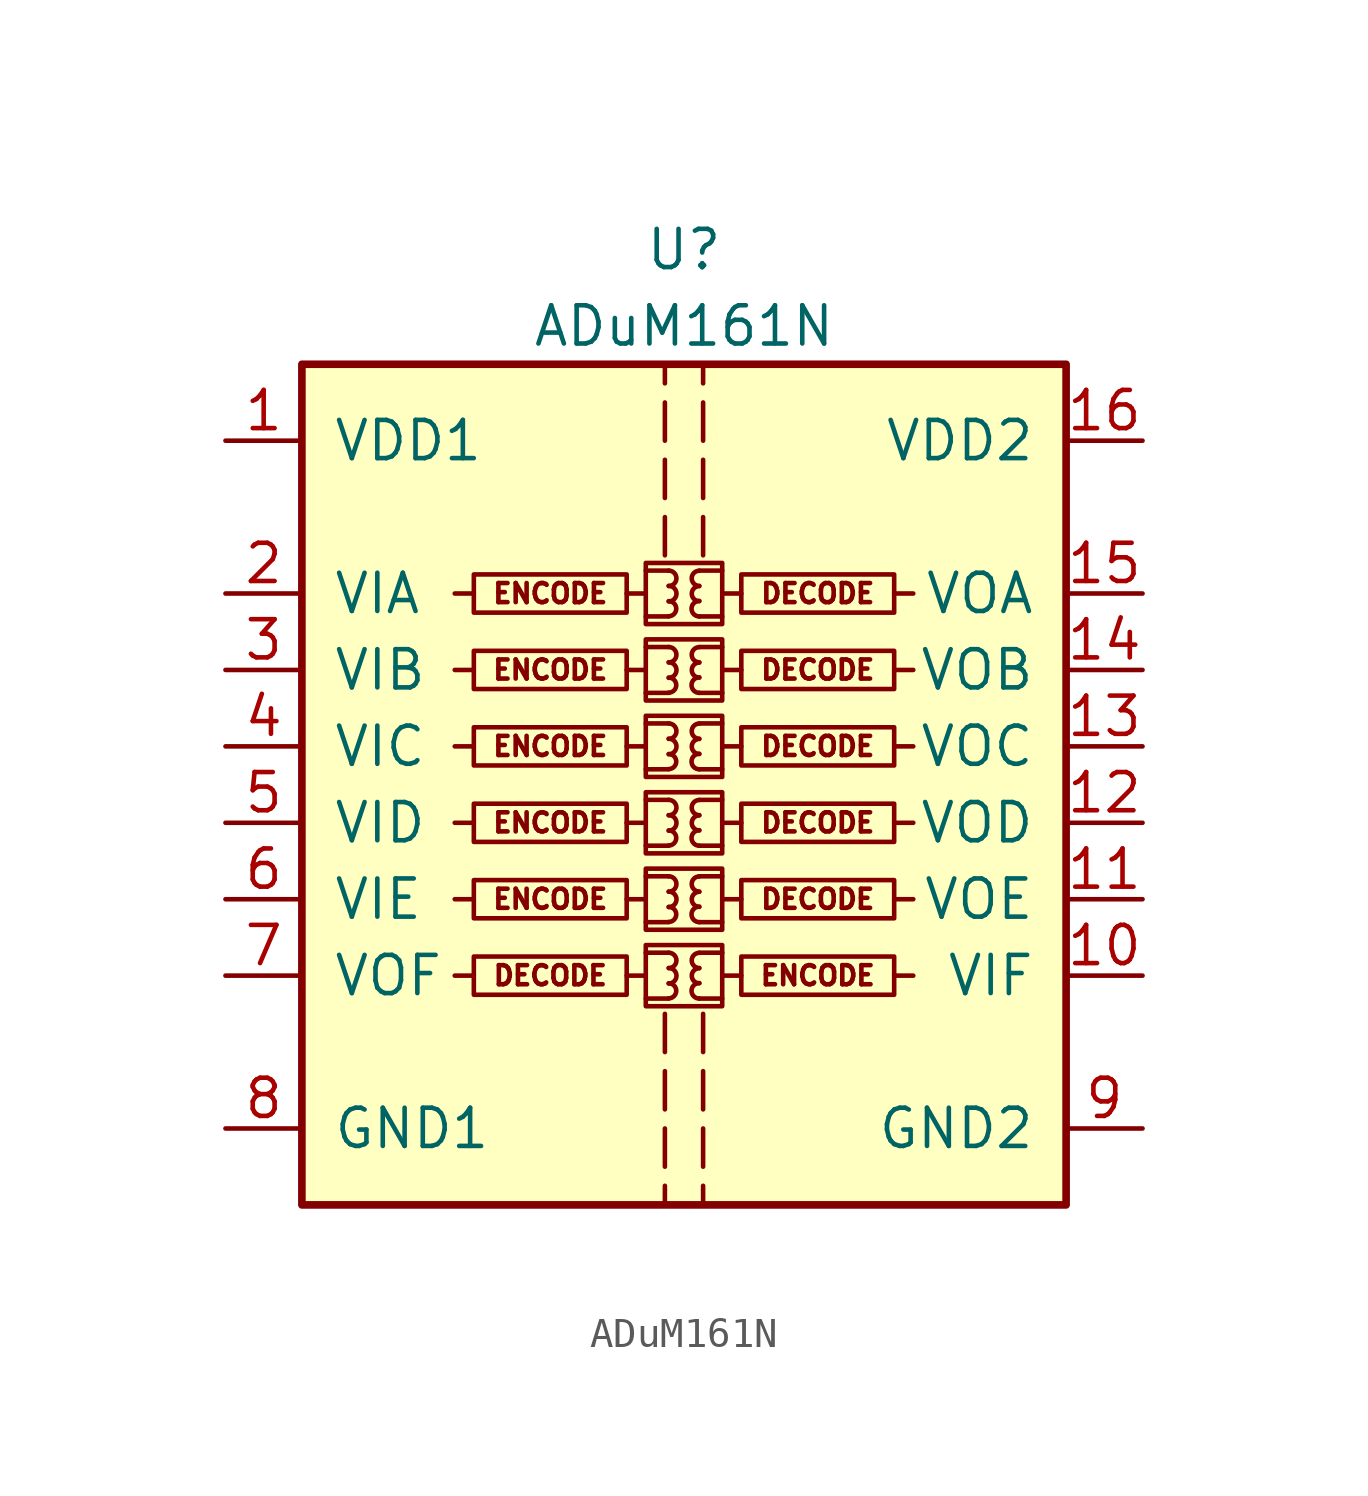
<source format=kicad_sym>
(kicad_symbol_lib
  (version 20231120)
  (generator "kicad_symbol_editor")
  (generator_version "8.0")
  (symbol "ADuM161N"
    (pin_names
      (offset 1.016))
    (property "Reference" "U"
      (at 0 19.05 0)
      (effects (font (size 1.27 1.27))))
    (property "Value" "ADuM161N"
      (at 0 16.51 0)
      (effects (font (size 1.27 1.27))))
    (symbol "ADuM161N_0_0"
      (rectangle (start -1.27 3.556) (end 1.27 1.524) (stroke (width 0) (type solid)) (fill (type none)))
      (rectangle (start -1.27 6.096) (end 1.27 4.064) (stroke (width 0) (type solid)) (fill (type none)))
      (rectangle (start -1.27 8.636) (end 1.27 6.604) (stroke (width 0) (type solid)) (fill (type none)))
      (arc (start -0.508 1.778) (mid -0.2551 2.032) (end -0.508 2.286) (stroke (width 0) (type solid)) (fill (type none)))
      (arc (start -0.508 2.286) (mid -0.2551 2.54) (end -0.508 2.794) (stroke (width 0) (type solid)) (fill (type none)))
      (arc (start -0.508 2.794) (mid -0.2551 3.048) (end -0.508 3.302) (stroke (width 0) (type solid)) (fill (type none)))
      (arc (start -0.508 4.318) (mid -0.2551 4.572) (end -0.508 4.826) (stroke (width 0) (type solid)) (fill (type none)))
      (arc (start -0.508 4.826) (mid -0.2551 5.08) (end -0.508 5.334) (stroke (width 0) (type solid)) (fill (type none)))
      (arc (start -0.508 5.334) (mid -0.2551 5.588) (end -0.508 5.842) (stroke (width 0) (type solid)) (fill (type none)))
      (arc (start -0.508 6.858) (mid -0.2551 7.112) (end -0.508 7.366) (stroke (width 0) (type solid)) (fill (type none)))
      (arc (start -0.508 7.366) (mid -0.2551 7.62) (end -0.508 7.874) (stroke (width 0) (type solid)) (fill (type none)))
      (arc (start -0.508 7.874) (mid -0.2551 8.128) (end -0.508 8.382) (stroke (width 0) (type solid)) (fill (type none)))
      (polyline (pts (xy -6.985 2.54) (xy -7.62 2.54)) (stroke (width 0) (type solid)) (fill (type none)))
      (polyline (pts (xy -6.985 5.08) (xy -7.62 5.08)) (stroke (width 0) (type solid)) (fill (type none)))
      (polyline (pts (xy -6.985 7.62) (xy -7.62 7.62)) (stroke (width 0) (type solid)) (fill (type none)))
      (polyline (pts (xy -1.905 2.54) (xy -1.27 2.54)) (stroke (width 0) (type solid)) (fill (type none)))
      (polyline (pts (xy -1.905 5.08) (xy -1.27 5.08)) (stroke (width 0) (type solid)) (fill (type none)))
      (polyline (pts (xy -1.905 7.62) (xy -1.27 7.62)) (stroke (width 0) (type solid)) (fill (type none)))
      (polyline (pts (xy -1.27 1.778) (xy -0.508 1.778)) (stroke (width 0) (type solid)) (fill (type none)))
      (polyline (pts (xy -1.27 3.302) (xy -0.508 3.302)) (stroke (width 0) (type solid)) (fill (type none)))
      (polyline (pts (xy -1.27 4.318) (xy -0.508 4.318)) (stroke (width 0) (type solid)) (fill (type none)))
      (polyline (pts (xy -1.27 5.842) (xy -0.508 5.842)) (stroke (width 0) (type solid)) (fill (type none)))
      (polyline (pts (xy -1.27 6.858) (xy -0.508 6.858)) (stroke (width 0) (type solid)) (fill (type none)))
      (polyline (pts (xy -1.27 8.382) (xy -0.508 8.382)) (stroke (width 0) (type solid)) (fill (type none)))
      (polyline (pts (xy -0.635 -10.16) (xy -0.635 -11.43)) (stroke (width 0) (type solid)) (fill (type none)))
      (polyline (pts (xy -0.635 -8.255) (xy -0.635 -9.525)) (stroke (width 0) (type solid)) (fill (type none)))
      (polyline (pts (xy -0.635 -6.35) (xy -0.635 -7.62)) (stroke (width 0) (type solid)) (fill (type none)))
      (polyline (pts (xy -0.635 8.89) (xy -0.635 10.16)) (stroke (width 0) (type solid)) (fill (type none)))
      (polyline (pts (xy -0.635 10.795) (xy -0.635 12.065)) (stroke (width 0) (type solid)) (fill (type none)))
      (polyline (pts (xy -0.635 12.7) (xy -0.635 13.97)) (stroke (width 0) (type solid)) (fill (type none)))
      (polyline (pts (xy -0.635 15.24) (xy -0.635 14.605)) (stroke (width 0) (type solid)) (fill (type none)))
      (polyline (pts (xy 0.635 -10.16) (xy 0.635 -11.43)) (stroke (width 0) (type solid)) (fill (type none)))
      (polyline (pts (xy 0.635 -8.255) (xy 0.635 -9.525)) (stroke (width 0) (type solid)) (fill (type none)))
      (polyline (pts (xy 0.635 -6.35) (xy 0.635 -7.62)) (stroke (width 0) (type solid)) (fill (type none)))
      (polyline (pts (xy 0.635 8.89) (xy 0.635 10.16)) (stroke (width 0) (type solid)) (fill (type none)))
      (polyline (pts (xy 0.635 12.065) (xy 0.635 10.795)) (stroke (width 0) (type solid)) (fill (type none)))
      (polyline (pts (xy 0.635 13.97) (xy 0.635 12.7)) (stroke (width 0) (type solid)) (fill (type none)))
      (polyline (pts (xy 0.635 14.605) (xy 0.635 15.24)) (stroke (width 0) (type solid)) (fill (type none)))
      (polyline (pts (xy 1.27 1.778) (xy 0.508 1.778)) (stroke (width 0) (type solid)) (fill (type none)))
      (polyline (pts (xy 1.27 3.302) (xy 0.508 3.302)) (stroke (width 0) (type solid)) (fill (type none)))
      (polyline (pts (xy 1.27 4.318) (xy 0.508 4.318)) (stroke (width 0) (type solid)) (fill (type none)))
      (polyline (pts (xy 1.27 5.842) (xy 0.508 5.842)) (stroke (width 0) (type solid)) (fill (type none)))
      (polyline (pts (xy 1.27 6.858) (xy 0.508 6.858)) (stroke (width 0) (type solid)) (fill (type none)))
      (polyline (pts (xy 1.27 8.382) (xy 0.508 8.382)) (stroke (width 0) (type solid)) (fill (type none)))
      (polyline (pts (xy 1.905 2.54) (xy 1.27 2.54)) (stroke (width 0) (type solid)) (fill (type none)))
      (polyline (pts (xy 1.905 5.08) (xy 1.27 5.08)) (stroke (width 0) (type solid)) (fill (type none)))
      (polyline (pts (xy 1.905 7.62) (xy 1.27 7.62)) (stroke (width 0) (type solid)) (fill (type none)))
      (polyline (pts (xy 6.985 2.54) (xy 7.62 2.54)) (stroke (width 0) (type solid)) (fill (type none)))
      (polyline (pts (xy 6.985 5.08) (xy 7.62 5.08)) (stroke (width 0) (type solid)) (fill (type none)))
      (polyline (pts (xy 6.985 7.62) (xy 7.62 7.62)) (stroke (width 0) (type solid)) (fill (type none)))
      (arc (start 0.508 2.286) (mid 0.2551 2.032) (end 0.508 1.778) (stroke (width 0) (type solid)) (fill (type none)))
      (arc (start 0.508 2.794) (mid 0.2551 2.54) (end 0.508 2.286) (stroke (width 0) (type solid)) (fill (type none)))
      (arc (start 0.508 3.302) (mid 0.2551 3.048) (end 0.508 2.794) (stroke (width 0) (type solid)) (fill (type none)))
      (arc (start 0.508 4.826) (mid 0.2551 4.572) (end 0.508 4.318) (stroke (width 0) (type solid)) (fill (type none)))
      (arc (start 0.508 5.334) (mid 0.2551 5.08) (end 0.508 4.826) (stroke (width 0) (type solid)) (fill (type none)))
      (arc (start 0.508 5.842) (mid 0.2551 5.588) (end 0.508 5.334) (stroke (width 0) (type solid)) (fill (type none)))
      (arc (start 0.508 7.366) (mid 0.2551 7.112) (end 0.508 6.858) (stroke (width 0) (type solid)) (fill (type none)))
      (arc (start 0.508 7.874) (mid 0.2551 7.62) (end 0.508 7.366) (stroke (width 0) (type solid)) (fill (type none)))
      (arc (start 0.508 8.382) (mid 0.2551 8.128) (end 0.508 7.874) (stroke (width 0) (type solid)) (fill (type none)))
      (rectangle (start 1.905 3.175) (end 6.985 1.905) (stroke (width 0) (type solid)) (fill (type none)))
      (rectangle (start 1.905 5.715) (end 6.985 4.445) (stroke (width 0) (type solid)) (fill (type none)))
      (rectangle (start 1.905 8.255) (end 6.985 6.985) (stroke (width 0) (type solid)) (fill (type none)))
      (text "DECODE" (at 4.445 2.54 0) (effects (font (size 0.635 0.635))))
      (text "DECODE" (at 4.445 5.08 0) (effects (font (size 0.635 0.635))))
      (text "DECODE" (at 4.445 7.62 0) (effects (font (size 0.635 0.635))))
      (text "ENCODE" (at -4.445 2.54 0) (effects (font (size 0.635 0.635))))
      (text "ENCODE" (at -4.445 5.08 0) (effects (font (size 0.635 0.635))))
      (text "ENCODE" (at -4.445 7.62 0) (effects (font (size 0.635 0.635)))))
    (symbol "ADuM161N_0_1"
      (rectangle (start -12.7 15.24) (end 12.7 -12.7) (stroke (width 0.254) (type solid)) (fill (type background)))
      (rectangle (start -1.905 3.175) (end -6.985 1.905) (stroke (width 0) (type solid)) (fill (type none)))
      (rectangle (start -1.905 5.715) (end -6.985 4.445) (stroke (width 0) (type solid)) (fill (type none)))
      (rectangle (start -1.905 8.255) (end -6.985 6.985) (stroke (width 0) (type solid)) (fill (type none))))
    (symbol "ADuM161N_1_0"
      (rectangle (start -1.905 -4.445) (end -6.985 -5.715) (stroke (width 0) (type solid)) (fill (type none)))
      (rectangle (start -1.27 -4.064) (end 1.27 -6.096) (stroke (width 0) (type solid)) (fill (type none)))
      (rectangle (start -1.27 -1.524) (end 1.27 -3.556) (stroke (width 0) (type solid)) (fill (type none)))
      (rectangle (start -1.27 1.016) (end 1.27 -1.016) (stroke (width 0) (type solid)) (fill (type none)))
      (arc (start -0.508 -5.842) (mid -0.2551 -5.588) (end -0.508 -5.334) (stroke (width 0) (type solid)) (fill (type none)))
      (arc (start -0.508 -5.334) (mid -0.2551 -5.08) (end -0.508 -4.826) (stroke (width 0) (type solid)) (fill (type none)))
      (arc (start -0.508 -4.826) (mid -0.2551 -4.572) (end -0.508 -4.318) (stroke (width 0) (type solid)) (fill (type none)))
      (arc (start -0.508 -3.302) (mid -0.2551 -3.048) (end -0.508 -2.794) (stroke (width 0) (type solid)) (fill (type none)))
      (arc (start -0.508 -2.794) (mid -0.2551 -2.54) (end -0.508 -2.286) (stroke (width 0) (type solid)) (fill (type none)))
      (arc (start -0.508 -2.286) (mid -0.2551 -2.032) (end -0.508 -1.778) (stroke (width 0) (type solid)) (fill (type none)))
      (arc (start -0.508 -0.762) (mid -0.2551 -0.508) (end -0.508 -0.254) (stroke (width 0) (type solid)) (fill (type none)))
      (arc (start -0.508 -0.254) (mid -0.2551 0) (end -0.508 0.254) (stroke (width 0) (type solid)) (fill (type none)))
      (arc (start -0.508 0.254) (mid -0.2551 0.508) (end -0.508 0.762) (stroke (width 0) (type solid)) (fill (type none)))
      (polyline (pts (xy -6.985 -5.08) (xy -7.62 -5.08)) (stroke (width 0) (type solid)) (fill (type none)))
      (polyline (pts (xy -6.985 -2.54) (xy -7.62 -2.54)) (stroke (width 0) (type solid)) (fill (type none)))
      (polyline (pts (xy -6.985 0) (xy -7.62 0)) (stroke (width 0) (type solid)) (fill (type none)))
      (polyline (pts (xy -1.905 -5.08) (xy -1.27 -5.08)) (stroke (width 0) (type solid)) (fill (type none)))
      (polyline (pts (xy -1.905 -2.54) (xy -1.27 -2.54)) (stroke (width 0) (type solid)) (fill (type none)))
      (polyline (pts (xy -1.905 0) (xy -1.27 0)) (stroke (width 0) (type solid)) (fill (type none)))
      (polyline (pts (xy -1.27 -5.842) (xy -0.508 -5.842)) (stroke (width 0) (type solid)) (fill (type none)))
      (polyline (pts (xy -1.27 -4.318) (xy -0.508 -4.318)) (stroke (width 0) (type solid)) (fill (type none)))
      (polyline (pts (xy -1.27 -3.302) (xy -0.508 -3.302)) (stroke (width 0) (type solid)) (fill (type none)))
      (polyline (pts (xy -1.27 -1.778) (xy -0.508 -1.778)) (stroke (width 0) (type solid)) (fill (type none)))
      (polyline (pts (xy -1.27 -0.762) (xy -0.508 -0.762)) (stroke (width 0) (type solid)) (fill (type none)))
      (polyline (pts (xy -1.27 0.762) (xy -0.508 0.762)) (stroke (width 0) (type solid)) (fill (type none)))
      (polyline (pts (xy -0.635 -12.065) (xy -0.635 -12.7)) (stroke (width 0) (type solid)) (fill (type none)))
      (polyline (pts (xy 0.635 -12.065) (xy 0.635 -12.7)) (stroke (width 0) (type solid)) (fill (type none)))
      (polyline (pts (xy 1.27 -5.842) (xy 0.508 -5.842)) (stroke (width 0) (type solid)) (fill (type none)))
      (polyline (pts (xy 1.27 -4.318) (xy 0.508 -4.318)) (stroke (width 0) (type solid)) (fill (type none)))
      (polyline (pts (xy 1.27 -3.302) (xy 0.508 -3.302)) (stroke (width 0) (type solid)) (fill (type none)))
      (polyline (pts (xy 1.27 -1.778) (xy 0.508 -1.778)) (stroke (width 0) (type solid)) (fill (type none)))
      (polyline (pts (xy 1.27 -0.762) (xy 0.508 -0.762)) (stroke (width 0) (type solid)) (fill (type none)))
      (polyline (pts (xy 1.27 0.762) (xy 0.508 0.762)) (stroke (width 0) (type solid)) (fill (type none)))
      (polyline (pts (xy 1.905 -5.08) (xy 1.27 -5.08)) (stroke (width 0) (type solid)) (fill (type none)))
      (polyline (pts (xy 1.905 -2.54) (xy 1.27 -2.54)) (stroke (width 0) (type solid)) (fill (type none)))
      (polyline (pts (xy 1.905 0) (xy 1.27 0)) (stroke (width 0) (type solid)) (fill (type none)))
      (polyline (pts (xy 6.985 -5.08) (xy 7.62 -5.08)) (stroke (width 0) (type solid)) (fill (type none)))
      (polyline (pts (xy 6.985 -2.54) (xy 7.62 -2.54)) (stroke (width 0) (type solid)) (fill (type none)))
      (polyline (pts (xy 6.985 0) (xy 7.62 0)) (stroke (width 0) (type solid)) (fill (type none)))
      (arc (start 0.508 -5.334) (mid 0.2551 -5.588) (end 0.508 -5.842) (stroke (width 0) (type solid)) (fill (type none)))
      (arc (start 0.508 -4.826) (mid 0.2551 -5.08) (end 0.508 -5.334) (stroke (width 0) (type solid)) (fill (type none)))
      (arc (start 0.508 -4.318) (mid 0.2551 -4.572) (end 0.508 -4.826) (stroke (width 0) (type solid)) (fill (type none)))
      (arc (start 0.508 -2.794) (mid 0.2551 -3.048) (end 0.508 -3.302) (stroke (width 0) (type solid)) (fill (type none)))
      (arc (start 0.508 -2.286) (mid 0.2551 -2.54) (end 0.508 -2.794) (stroke (width 0) (type solid)) (fill (type none)))
      (arc (start 0.508 -1.778) (mid 0.2551 -2.032) (end 0.508 -2.286) (stroke (width 0) (type solid)) (fill (type none)))
      (arc (start 0.508 -0.254) (mid 0.2551 -0.508) (end 0.508 -0.762) (stroke (width 0) (type solid)) (fill (type none)))
      (arc (start 0.508 0.254) (mid 0.2551 0) (end 0.508 -0.254) (stroke (width 0) (type solid)) (fill (type none)))
      (arc (start 0.508 0.762) (mid 0.2551 0.508) (end 0.508 0.254) (stroke (width 0) (type solid)) (fill (type none)))
      (rectangle (start 1.905 -4.445) (end 6.985 -5.715) (stroke (width 0) (type solid)) (fill (type none)))
      (rectangle (start 1.905 -1.905) (end 6.985 -3.175) (stroke (width 0) (type solid)) (fill (type none)))
      (rectangle (start 1.905 0.635) (end 6.985 -0.635) (stroke (width 0) (type solid)) (fill (type none)))
      (text "DECODE" (at -4.445 -5.08 0) (effects (font (size 0.635 0.635))))
      (text "DECODE" (at 4.445 -2.54 0) (effects (font (size 0.635 0.635))))
      (text "DECODE" (at 4.445 0 0) (effects (font (size 0.635 0.635))))
      (text "ENCODE" (at -4.445 -2.54 0) (effects (font (size 0.635 0.635))))
      (text "ENCODE" (at -4.445 0 0) (effects (font (size 0.635 0.635))))
      (text "ENCODE" (at 4.445 -5.08 0) (effects (font (size 0.635 0.635)))))
    (symbol "ADuM161N_1_1"
      (rectangle (start -1.905 -1.905) (end -6.985 -3.175) (stroke (width 0) (type solid)) (fill (type none)))
      (rectangle (start -1.905 0.635) (end -6.985 -0.635) (stroke (width 0) (type solid)) (fill (type none)))
      (pin power_in line (at -15.24 12.7 0) (length 2.54) (name "VDD1" (effects (font (size 1.27 1.27)))) (number "1" (effects (font (size 1.27 1.27)))))
      (pin input line (at 15.24 -5.08 180) (length 2.54) (name "VIF" (effects (font (size 1.27 1.27)))) (number "10" (effects (font (size 1.27 1.27)))))
      (pin output line (at 15.24 -2.54 180) (length 2.54) (name "VOE" (effects (font (size 1.27 1.27)))) (number "11" (effects (font (size 1.27 1.27)))))
      (pin output line (at 15.24 0 180) (length 2.54) (name "VOD" (effects (font (size 1.27 1.27)))) (number "12" (effects (font (size 1.27 1.27)))))
      (pin output line (at 15.24 2.54 180) (length 2.54) (name "VOC" (effects (font (size 1.27 1.27)))) (number "13" (effects (font (size 1.27 1.27)))))
      (pin output line (at 15.24 5.08 180) (length 2.54) (name "VOB" (effects (font (size 1.27 1.27)))) (number "14" (effects (font (size 1.27 1.27)))))
      (pin output line (at 15.24 7.62 180) (length 2.54) (name "VOA" (effects (font (size 1.27 1.27)))) (number "15" (effects (font (size 1.27 1.27)))))
      (pin power_in line (at 15.24 12.7 180) (length 2.54) (name "VDD2" (effects (font (size 1.27 1.27)))) (number "16" (effects (font (size 1.27 1.27)))))
      (pin input line (at -15.24 7.62 0) (length 2.54) (name "VIA" (effects (font (size 1.27 1.27)))) (number "2" (effects (font (size 1.27 1.27)))))
      (pin input line (at -15.24 5.08 0) (length 2.54) (name "VIB" (effects (font (size 1.27 1.27)))) (number "3" (effects (font (size 1.27 1.27)))))
      (pin input line (at -15.24 2.54 0) (length 2.54) (name "VIC" (effects (font (size 1.27 1.27)))) (number "4" (effects (font (size 1.27 1.27)))))
      (pin input line (at -15.24 0 0) (length 2.54) (name "VID" (effects (font (size 1.27 1.27)))) (number "5" (effects (font (size 1.27 1.27)))))
      (pin input line (at -15.24 -2.54 0) (length 2.54) (name "VIE" (effects (font (size 1.27 1.27)))) (number "6" (effects (font (size 1.27 1.27)))))
      (pin output line (at -15.24 -5.08 0) (length 2.54) (name "VOF" (effects (font (size 1.27 1.27)))) (number "7" (effects (font (size 1.27 1.27)))))
      (pin power_in line (at -15.24 -10.16 0) (length 2.54) (name "GND1" (effects (font (size 1.27 1.27)))) (number "8" (effects (font (size 1.27 1.27)))))
      (pin power_in line (at 15.24 -10.16 180) (length 2.54) (name "GND2" (effects (font (size 1.27 1.27)))) (number "9" (effects (font (size 1.27 1.27))))))))
</source>
